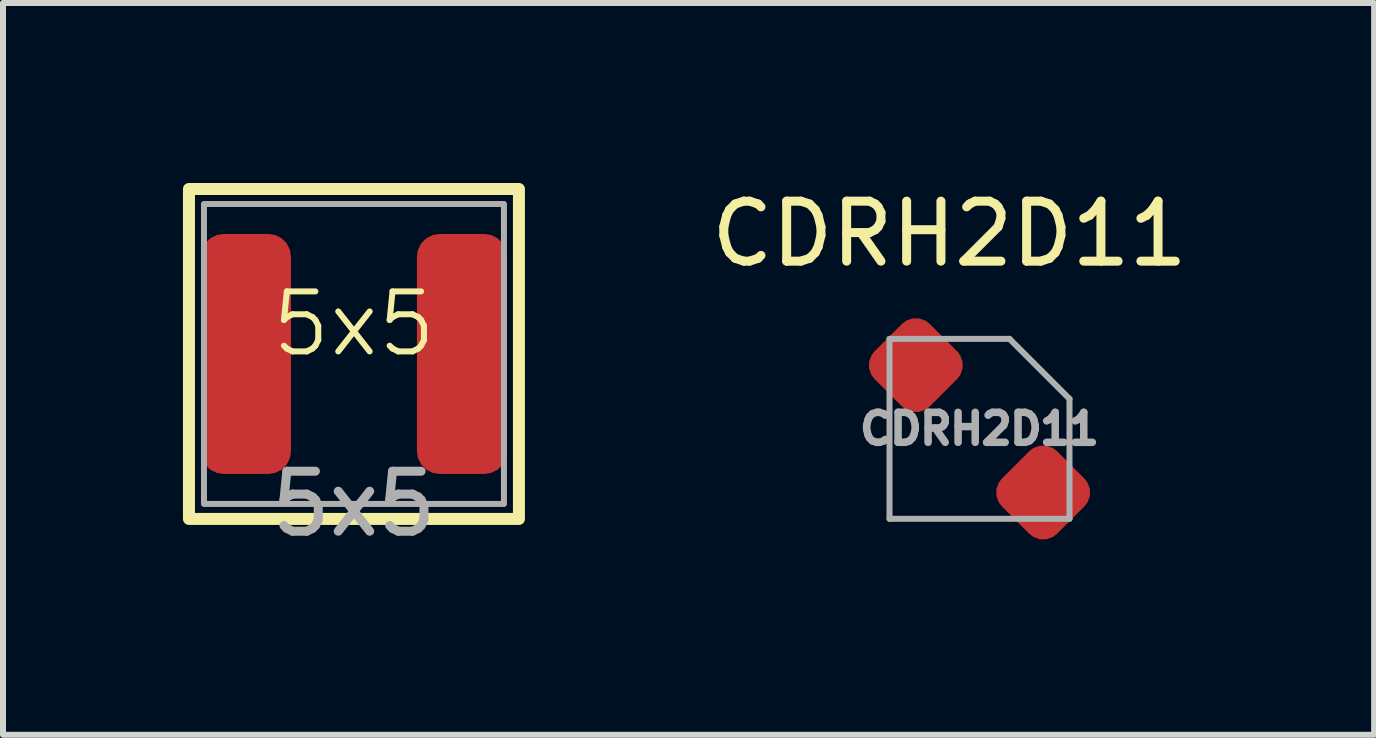
<source format=kicad_pcb>
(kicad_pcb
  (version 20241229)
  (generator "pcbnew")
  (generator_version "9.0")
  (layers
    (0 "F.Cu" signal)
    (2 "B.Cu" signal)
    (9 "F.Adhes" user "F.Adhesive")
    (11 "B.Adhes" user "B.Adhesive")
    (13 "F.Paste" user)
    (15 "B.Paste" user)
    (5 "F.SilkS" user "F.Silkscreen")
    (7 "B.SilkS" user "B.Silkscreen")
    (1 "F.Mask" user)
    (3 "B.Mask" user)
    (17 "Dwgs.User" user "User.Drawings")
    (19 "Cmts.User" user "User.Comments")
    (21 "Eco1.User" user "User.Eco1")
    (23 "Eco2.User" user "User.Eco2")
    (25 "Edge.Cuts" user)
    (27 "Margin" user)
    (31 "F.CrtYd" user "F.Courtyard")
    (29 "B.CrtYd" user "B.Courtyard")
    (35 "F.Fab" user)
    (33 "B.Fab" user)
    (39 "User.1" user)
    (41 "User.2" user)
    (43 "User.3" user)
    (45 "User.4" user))
  (footprint "CDRH2D11"
    (layer "F.Cu")
    (at 13.277 4.098)
    (property "Reference" "CDRH2D11" (at -0.5 -3.25 0) (unlocked yes) (layer "F.SilkS") (effects (font (size 1 1) (thickness 0.15))))
    (attr smd)
    (fp_line (start -1.5 1.5) (end -1.5 -1.5) (stroke (width 0.1) (type solid)) (layer "F.Fab"))
    (fp_line (start -1.5 1.5) (end 1.5 1.5) (stroke (width 0.1) (type solid)) (layer "F.Fab"))
    (fp_line (start 0.5 -1.5) (end -1.5 -1.5) (stroke (width 0.1) (type solid)) (layer "F.Fab"))
    (fp_line (start 1.5 -0.5) (end 0.5 -1.5) (stroke (width 0.1) (type solid)) (layer "F.Fab"))
    (fp_line (start 1.5 1.5) (end 1.5 -0.5) (stroke (width 0.1) (type solid)) (layer "F.Fab"))
    (fp_text user "${REFERENCE}" (at 0 0 0) (unlocked yes) (layer "F.Fab") (effects (font (size 0.5 0.5) (thickness 0.125))))
    (pad "1" smd roundrect (at -1.061 -1.061 315) (size 1.3 1.3) (layers "F.Cu" "F.Mask" "F.Paste") (roundrect_rratio 0.25))
    (pad "2" smd roundrect (at 1.061 1.061 315) (size 1.3 1.3) (layers "F.Cu" "F.Mask" "F.Paste") (roundrect_rratio 0.25)))
  (footprint "5x5"
    (layer "F.Cu")
    (at 2.85 2.85)
    (property "Reference" "5x5" (at 0 -0.5 0) (unlocked yes) (layer "F.SilkS") (effects (font (size 1 1) (thickness 0.1))))
    (attr smd)
    (fp_rect (start -2.75 -2.75) (end 2.75 2.75) (stroke (width 0.2) (type default)) (fill no) (layer "F.SilkS"))
    (fp_rect (start -2.5 -2.5) (end 2.5 2.5) (stroke (width 0.1) (type default)) (fill no) (layer "F.Fab"))
    (fp_text user "${REFERENCE}" (at 0 2.5 0) (unlocked yes) (layer "F.Fab") (effects (font (size 1 1) (thickness 0.15))))
    (pad "1" smd roundrect (at -1.8 0) (size 1.5 4) (layers "F.Cu" "F.Mask" "F.Paste") (roundrect_rratio 0.25))
    (pad "2" smd roundrect (at 1.8 0) (size 1.5 4) (layers "F.Cu" "F.Mask" "F.Paste") (roundrect_rratio 0.25)))
  (gr_rect
    (start -3 -3)
    (end 19.855 9.198)
    (stroke (width 0.1) (type default))
    (fill no)
    (layer "Edge.Cuts")))
</source>
